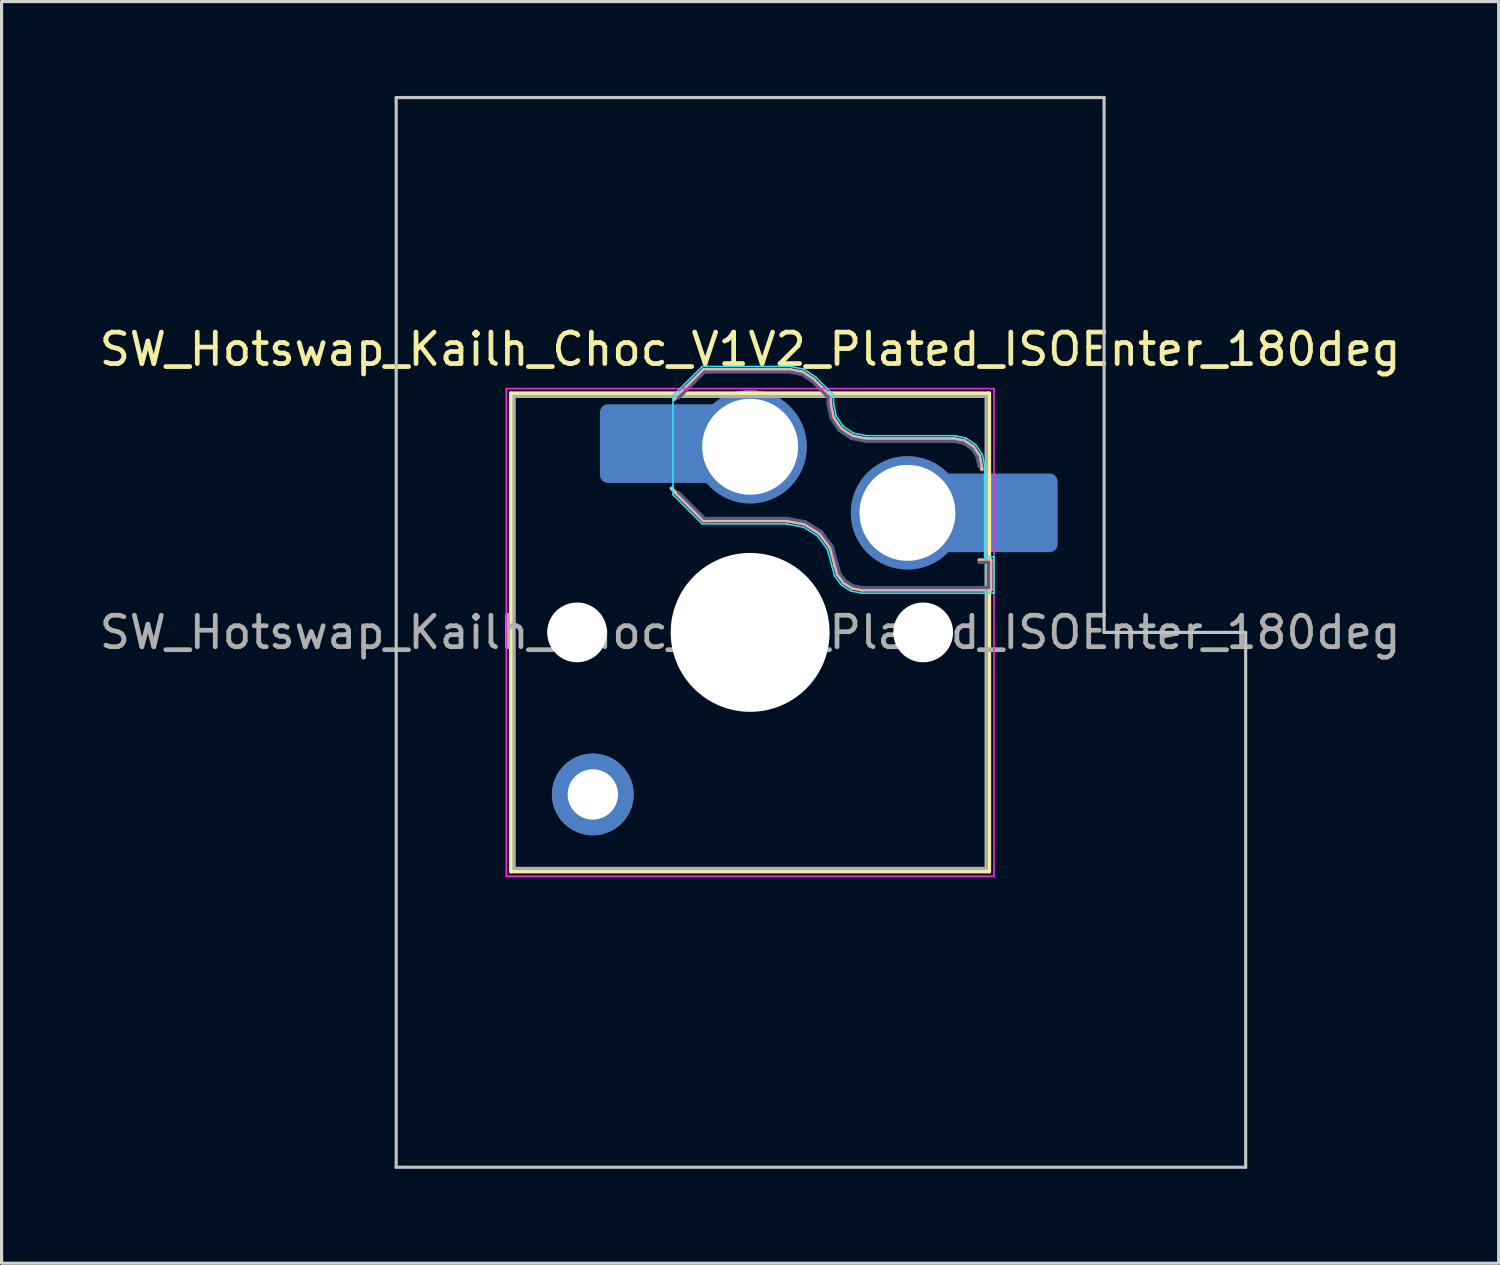
<source format=kicad_pcb>
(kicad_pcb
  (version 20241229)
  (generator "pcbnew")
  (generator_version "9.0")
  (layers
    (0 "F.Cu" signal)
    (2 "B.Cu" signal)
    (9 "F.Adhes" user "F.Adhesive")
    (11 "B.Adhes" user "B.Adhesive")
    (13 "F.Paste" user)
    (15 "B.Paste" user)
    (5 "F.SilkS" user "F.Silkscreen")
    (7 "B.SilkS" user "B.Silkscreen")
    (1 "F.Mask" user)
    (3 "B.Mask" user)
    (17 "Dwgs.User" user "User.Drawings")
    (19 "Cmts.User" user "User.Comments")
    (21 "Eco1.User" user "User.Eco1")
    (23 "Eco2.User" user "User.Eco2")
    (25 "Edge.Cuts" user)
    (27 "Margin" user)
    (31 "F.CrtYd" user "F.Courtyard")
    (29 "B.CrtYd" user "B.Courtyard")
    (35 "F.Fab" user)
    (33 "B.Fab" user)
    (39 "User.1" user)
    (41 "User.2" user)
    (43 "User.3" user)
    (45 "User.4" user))
  (footprint "SW_Hotswap_Kailh_Choc_V1V2_Plated_ISOEnter_180deg"
    (layer "F.Cu")
    (at 20.792 17.05)
    (property "Reference" "SW_Hotswap_Kailh_Choc_V1V2_Plated_ISOEnter_180deg" (at 0 -9 0) (layer "F.SilkS") (effects (font (size 1 1) (thickness 0.15))))
    (attr smd)
    (fp_line (start -7.6 -7.6) (end -7.6 7.6) (stroke (width 0.12) (type solid)) (layer "F.SilkS"))
    (fp_line (start -7.6 7.6) (end 7.6 7.6) (stroke (width 0.12) (type solid)) (layer "F.SilkS"))
    (fp_line (start 7.6 -7.6) (end -7.6 -7.6) (stroke (width 0.12) (type solid)) (layer "F.SilkS"))
    (fp_line (start 7.6 7.6) (end 7.6 -7.6) (stroke (width 0.12) (type solid)) (layer "F.SilkS"))
    (fp_line (start -2.416 -7.409) (end -1.479 -8.346) (stroke (width 0.12) (type solid)) (layer "B.SilkS"))
    (fp_line (start -1.479 -8.346) (end 1.268 -8.346) (stroke (width 0.12) (type solid)) (layer "B.SilkS"))
    (fp_line (start -1.479 -3.554) (end -2.5 -4.575) (stroke (width 0.12) (type solid)) (layer "B.SilkS"))
    (fp_line (start 1.168 -3.554) (end -1.479 -3.554) (stroke (width 0.12) (type solid)) (layer "B.SilkS"))
    (fp_line (start 1.268 -8.346) (end 1.671 -8.266) (stroke (width 0.12) (type solid)) (layer "B.SilkS"))
    (fp_line (start 1.671 -8.266) (end 2.013 -8.037) (stroke (width 0.12) (type solid)) (layer "B.SilkS"))
    (fp_line (start 1.73 -3.449) (end 1.168 -3.554) (stroke (width 0.12) (type solid)) (layer "B.SilkS"))
    (fp_line (start 2.013 -8.037) (end 2.546 -7.504) (stroke (width 0.12) (type solid)) (layer "B.SilkS"))
    (fp_line (start 2.209 -3.15) (end 1.73 -3.449) (stroke (width 0.12) (type solid)) (layer "B.SilkS"))
    (fp_line (start 2.546 -7.504) (end 2.546 -7.282) (stroke (width 0.12) (type solid)) (layer "B.SilkS"))
    (fp_line (start 2.546 -7.282) (end 2.633 -6.844) (stroke (width 0.12) (type solid)) (layer "B.SilkS"))
    (fp_line (start 2.547 -2.697) (end 2.209 -3.15) (stroke (width 0.12) (type solid)) (layer "B.SilkS"))
    (fp_line (start 2.633 -6.844) (end 2.877 -6.477) (stroke (width 0.12) (type solid)) (layer "B.SilkS"))
    (fp_line (start 2.701 -2.139) (end 2.547 -2.697) (stroke (width 0.12) (type solid)) (layer "B.SilkS"))
    (fp_line (start 2.783 -1.841) (end 2.701 -2.139) (stroke (width 0.12) (type solid)) (layer "B.SilkS"))
    (fp_line (start 2.877 -6.477) (end 3.244 -6.233) (stroke (width 0.12) (type solid)) (layer "B.SilkS"))
    (fp_line (start 2.976 -1.583) (end 2.783 -1.841) (stroke (width 0.12) (type solid)) (layer "B.SilkS"))
    (fp_line (start 3.244 -6.233) (end 3.682 -6.146) (stroke (width 0.12) (type solid)) (layer "B.SilkS"))
    (fp_line (start 3.25 -1.413) (end 2.976 -1.583) (stroke (width 0.12) (type solid)) (layer "B.SilkS"))
    (fp_line (start 3.56 -1.354) (end 3.25 -1.413) (stroke (width 0.12) (type solid)) (layer "B.SilkS"))
    (fp_line (start 3.682 -6.146) (end 6.482 -6.146) (stroke (width 0.12) (type solid)) (layer "B.SilkS"))
    (fp_line (start 6.482 -6.146) (end 6.809 -6.081) (stroke (width 0.12) (type solid)) (layer "B.SilkS"))
    (fp_line (start 6.809 -6.081) (end 7.092 -5.892) (stroke (width 0.12) (type solid)) (layer "B.SilkS"))
    (fp_line (start 7.092 -5.892) (end 7.281 -5.609) (stroke (width 0.12) (type solid)) (layer "B.SilkS"))
    (fp_line (start 7.281 -5.609) (end 7.366 -5.182) (stroke (width 0.12) (type solid)) (layer "B.SilkS"))
    (fp_line (start 7.283 -2.296) (end 7.646 -2.296) (stroke (width 0.12) (type solid)) (layer "B.SilkS"))
    (fp_line (start 7.646 -2.296) (end 7.646 -1.354) (stroke (width 0.12) (type solid)) (layer "B.SilkS"))
    (fp_line (start 7.646 -1.354) (end 3.56 -1.354) (stroke (width 0.12) (type solid)) (layer "B.SilkS"))
    (fp_line (start -11.25 -17) (end -11.25 17) (stroke (width 0.1) (type solid)) (layer "Dwgs.User"))
    (fp_line (start -11.25 17) (end 15.75 17) (stroke (width 0.1) (type solid)) (layer "Dwgs.User"))
    (fp_line (start 11.25 -17) (end -11.25 -17) (stroke (width 0.1) (type solid)) (layer "Dwgs.User"))
    (fp_line (start 11.25 0) (end 11.25 -17) (stroke (width 0.1) (type solid)) (layer "Dwgs.User"))
    (fp_line (start 15.75 0) (end 11.25 0) (stroke (width 0.1) (type solid)) (layer "Dwgs.User"))
    (fp_line (start 15.75 17) (end 15.75 0) (stroke (width 0.1) (type solid)) (layer "Dwgs.User"))
    (fp_line (start -7.25 -7.25) (end -7.25 7.25) (stroke (width 0.1) (type solid)) (layer "Eco1.User"))
    (fp_line (start -7.25 7.25) (end 7.25 7.25) (stroke (width 0.1) (type solid)) (layer "Eco1.User"))
    (fp_line (start 7.25 -7.25) (end -7.25 -7.25) (stroke (width 0.1) (type solid)) (layer "Eco1.User"))
    (fp_line (start 7.25 7.25) (end 7.25 -7.25) (stroke (width 0.1) (type solid)) (layer "Eco1.User"))
    (fp_line (start -2.452 -7.523) (end -1.523 -8.452) (stroke (width 0.05) (type solid)) (layer "B.CrtYd"))
    (fp_line (start -2.452 -4.377) (end -2.452 -7.523) (stroke (width 0.05) (type solid)) (layer "B.CrtYd"))
    (fp_line (start -1.523 -8.452) (end 1.278 -8.452) (stroke (width 0.05) (type solid)) (layer "B.CrtYd"))
    (fp_line (start -1.523 -3.448) (end -2.452 -4.377) (stroke (width 0.05) (type solid)) (layer "B.CrtYd"))
    (fp_line (start 1.159 -3.448) (end -1.523 -3.448) (stroke (width 0.05) (type solid)) (layer "B.CrtYd"))
    (fp_line (start 1.278 -8.452) (end 1.712 -8.366) (stroke (width 0.05) (type solid)) (layer "B.CrtYd"))
    (fp_line (start 1.691 -3.348) (end 1.159 -3.448) (stroke (width 0.05) (type solid)) (layer "B.CrtYd"))
    (fp_line (start 1.712 -8.366) (end 2.081 -8.119) (stroke (width 0.05) (type solid)) (layer "B.CrtYd"))
    (fp_line (start 2.081 -8.119) (end 2.652 -7.548) (stroke (width 0.05) (type solid)) (layer "B.CrtYd"))
    (fp_line (start 2.136 -3.071) (end 1.691 -3.348) (stroke (width 0.05) (type solid)) (layer "B.CrtYd"))
    (fp_line (start 2.45 -2.65) (end 2.136 -3.071) (stroke (width 0.05) (type solid)) (layer "B.CrtYd"))
    (fp_line (start 2.599 -2.111) (end 2.45 -2.65) (stroke (width 0.05) (type solid)) (layer "B.CrtYd"))
    (fp_line (start 2.652 -7.548) (end 2.652 -7.292) (stroke (width 0.05) (type solid)) (layer "B.CrtYd"))
    (fp_line (start 2.652 -7.292) (end 2.733 -6.885) (stroke (width 0.05) (type solid)) (layer "B.CrtYd"))
    (fp_line (start 2.687 -1.794) (end 2.599 -2.111) (stroke (width 0.05) (type solid)) (layer "B.CrtYd"))
    (fp_line (start 2.733 -6.885) (end 2.953 -6.553) (stroke (width 0.05) (type solid)) (layer "B.CrtYd"))
    (fp_line (start 2.903 -1.503) (end 2.687 -1.794) (stroke (width 0.05) (type solid)) (layer "B.CrtYd"))
    (fp_line (start 2.953 -6.553) (end 3.285 -6.333) (stroke (width 0.05) (type solid)) (layer "B.CrtYd"))
    (fp_line (start 3.211 -1.312) (end 2.903 -1.503) (stroke (width 0.05) (type solid)) (layer "B.CrtYd"))
    (fp_line (start 3.285 -6.333) (end 3.692 -6.252) (stroke (width 0.05) (type solid)) (layer "B.CrtYd"))
    (fp_line (start 3.55 -1.248) (end 3.211 -1.312) (stroke (width 0.05) (type solid)) (layer "B.CrtYd"))
    (fp_line (start 3.692 -6.252) (end 6.492 -6.252) (stroke (width 0.05) (type solid)) (layer "B.CrtYd"))
    (fp_line (start 6.492 -6.252) (end 6.85 -6.181) (stroke (width 0.05) (type solid)) (layer "B.CrtYd"))
    (fp_line (start 6.85 -6.181) (end 7.168 -5.968) (stroke (width 0.05) (type solid)) (layer "B.CrtYd"))
    (fp_line (start 7.168 -5.968) (end 7.381 -5.65) (stroke (width 0.05) (type solid)) (layer "B.CrtYd"))
    (fp_line (start 7.381 -5.65) (end 7.452 -5.292) (stroke (width 0.05) (type solid)) (layer "B.CrtYd"))
    (fp_line (start 7.452 -5.292) (end 7.452 -2.402) (stroke (width 0.05) (type solid)) (layer "B.CrtYd"))
    (fp_line (start 7.452 -2.402) (end 7.752 -2.402) (stroke (width 0.05) (type solid)) (layer "B.CrtYd"))
    (fp_line (start 7.752 -2.402) (end 7.752 -1.248) (stroke (width 0.05) (type solid)) (layer "B.CrtYd"))
    (fp_line (start 7.752 -1.248) (end 3.55 -1.248) (stroke (width 0.05) (type solid)) (layer "B.CrtYd"))
    (fp_line (start -7.75 -7.75) (end -7.75 7.75) (stroke (width 0.05) (type solid)) (layer "F.CrtYd"))
    (fp_line (start -7.75 7.75) (end 7.75 7.75) (stroke (width 0.05) (type solid)) (layer "F.CrtYd"))
    (fp_line (start 7.75 -7.75) (end -7.75 -7.75) (stroke (width 0.05) (type solid)) (layer "F.CrtYd"))
    (fp_line (start 7.75 7.75) (end 7.75 -7.75) (stroke (width 0.05) (type solid)) (layer "F.CrtYd"))
    (fp_line (start -2.275 -7.45) (end -1.45 -8.275) (stroke (width 0.1) (type solid)) (layer "B.Fab"))
    (fp_line (start -1.45 -8.275) (end 1.261 -8.275) (stroke (width 0.1) (type solid)) (layer "B.Fab"))
    (fp_line (start -1.45 -3.625) (end -2.275 -4.45) (stroke (width 0.1) (type solid)) (layer "B.Fab"))
    (fp_line (start 1.175 -3.625) (end -1.45 -3.625) (stroke (width 0.1) (type solid)) (layer "B.Fab"))
    (fp_line (start 1.261 -8.275) (end 1.643 -8.199) (stroke (width 0.1) (type solid)) (layer "B.Fab"))
    (fp_line (start 1.643 -8.199) (end 1.968 -7.982) (stroke (width 0.1) (type solid)) (layer "B.Fab"))
    (fp_line (start 1.756 -3.516) (end 1.175 -3.625) (stroke (width 0.1) (type solid)) (layer "B.Fab"))
    (fp_line (start 1.968 -7.982) (end 2.475 -7.475) (stroke (width 0.1) (type solid)) (layer "B.Fab"))
    (fp_line (start 2.258 -3.203) (end 1.756 -3.516) (stroke (width 0.1) (type solid)) (layer "B.Fab"))
    (fp_line (start 2.475 -7.475) (end 2.475 -7.275) (stroke (width 0.1) (type solid)) (layer "B.Fab"))
    (fp_line (start 2.475 -7.275) (end 2.566 -6.816) (stroke (width 0.1) (type solid)) (layer "B.Fab"))
    (fp_line (start 2.566 -6.816) (end 2.826 -6.426) (stroke (width 0.1) (type solid)) (layer "B.Fab"))
    (fp_line (start 2.612 -2.729) (end 2.258 -3.203) (stroke (width 0.1) (type solid)) (layer "B.Fab"))
    (fp_line (start 2.769 -2.158) (end 2.612 -2.729) (stroke (width 0.1) (type solid)) (layer "B.Fab"))
    (fp_line (start 2.826 -6.426) (end 3.216 -6.166) (stroke (width 0.1) (type solid)) (layer "B.Fab"))
    (fp_line (start 2.848 -1.873) (end 2.769 -2.158) (stroke (width 0.1) (type solid)) (layer "B.Fab"))
    (fp_line (start 3.025 -1.636) (end 2.848 -1.873) (stroke (width 0.1) (type solid)) (layer "B.Fab"))
    (fp_line (start 3.216 -6.166) (end 3.675 -6.075) (stroke (width 0.1) (type solid)) (layer "B.Fab"))
    (fp_line (start 3.276 -1.48) (end 3.025 -1.636) (stroke (width 0.1) (type solid)) (layer "B.Fab"))
    (fp_line (start 3.567 -1.425) (end 3.276 -1.48) (stroke (width 0.1) (type solid)) (layer "B.Fab"))
    (fp_line (start 3.675 -6.075) (end 6.475 -6.075) (stroke (width 0.1) (type solid)) (layer "B.Fab"))
    (fp_line (start 6.475 -6.075) (end 6.781 -6.014) (stroke (width 0.1) (type solid)) (layer "B.Fab"))
    (fp_line (start 6.781 -6.014) (end 7.041 -5.841) (stroke (width 0.1) (type solid)) (layer "B.Fab"))
    (fp_line (start 7.041 -5.841) (end 7.214 -5.581) (stroke (width 0.1) (type solid)) (layer "B.Fab"))
    (fp_line (start 7.214 -5.581) (end 7.275 -5.275) (stroke (width 0.1) (type solid)) (layer "B.Fab"))
    (fp_line (start 7.275 -2.225) (end 7.575 -2.225) (stroke (width 0.1) (type solid)) (layer "B.Fab"))
    (fp_line (start 7.575 -2.225) (end 7.575 -1.425) (stroke (width 0.1) (type solid)) (layer "B.Fab"))
    (fp_line (start 7.575 -1.425) (end 3.567 -1.425) (stroke (width 0.1) (type solid)) (layer "B.Fab"))
    (fp_line (start -7.5 -7.5) (end -7.5 7.5) (stroke (width 0.1) (type solid)) (layer "F.Fab"))
    (fp_line (start -7.5 7.5) (end 7.5 7.5) (stroke (width 0.1) (type solid)) (layer "F.Fab"))
    (fp_line (start 7.5 -7.5) (end -7.5 -7.5) (stroke (width 0.1) (type solid)) (layer "F.Fab"))
    (fp_line (start 7.5 7.5) (end 7.5 -7.5) (stroke (width 0.1) (type solid)) (layer "F.Fab"))
    (fp_text user "${REFERENCE}" (at 0 0 0) (layer "F.Fab") (effects (font (size 1 1) (thickness 0.15))))
    (pad "" np_thru_hole circle (at -5.5 0) (size 1.9 1.9) (drill 1.9) (layers "*.Cu" "*.Mask"))
    (pad "" thru_hole circle (at -5 5.15) (size 2.6 2.6) (drill 1.6) (layers "*.Cu" "*.Mask"))
    (pad "" smd roundrect (at -3.5 -6) (size 2.55 2.5) (layers "B.Mask" "B.Paste") (roundrect_rratio 0.1))
    (pad "" np_thru_hole circle (at 0 0) (size 5.05 5.05) (drill 5.05) (layers "*.Cu" "*.Mask"))
    (pad "" np_thru_hole circle (at 5.5 0) (size 1.9 1.9) (drill 1.9) (layers "*.Cu" "*.Mask"))
    (pad "" smd roundrect (at 8.5 -3.8) (size 2.55 2.5) (layers "B.Mask" "B.Paste") (roundrect_rratio 0.1))
    (pad "1" smd roundrect (at -2.85 -6) (size 3.85 2.5) (layers "B.Cu") (roundrect_rratio 0.1))
    (pad "1" thru_hole circle (at 0 -5.9) (size 3.6 3.6) (drill 3.05) (layers "*.Cu" "*.Mask"))
    (pad "2" thru_hole circle (at 5 -3.8) (size 3.6 3.6) (drill 3.05) (layers "*.Cu" "*.Mask"))
    (pad "2" smd roundrect (at 7.85 -3.8) (size 3.85 2.5) (layers "B.Cu") (roundrect_rratio 0.1)))
  (gr_rect
    (start -3 -3)
    (end 44.583 37.1)
    (stroke (width 0.1) (type default))
    (fill no)
    (layer "Edge.Cuts")))
</source>
